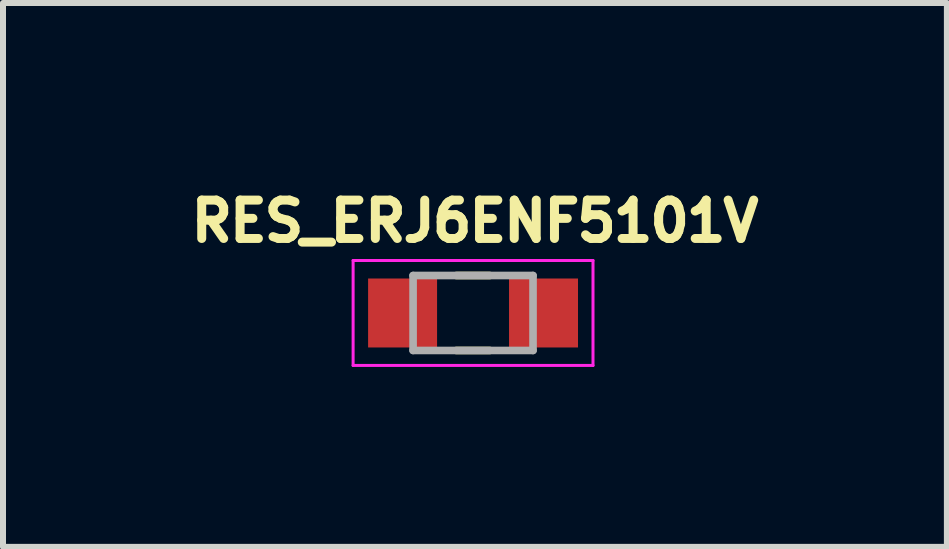
<source format=kicad_pcb>
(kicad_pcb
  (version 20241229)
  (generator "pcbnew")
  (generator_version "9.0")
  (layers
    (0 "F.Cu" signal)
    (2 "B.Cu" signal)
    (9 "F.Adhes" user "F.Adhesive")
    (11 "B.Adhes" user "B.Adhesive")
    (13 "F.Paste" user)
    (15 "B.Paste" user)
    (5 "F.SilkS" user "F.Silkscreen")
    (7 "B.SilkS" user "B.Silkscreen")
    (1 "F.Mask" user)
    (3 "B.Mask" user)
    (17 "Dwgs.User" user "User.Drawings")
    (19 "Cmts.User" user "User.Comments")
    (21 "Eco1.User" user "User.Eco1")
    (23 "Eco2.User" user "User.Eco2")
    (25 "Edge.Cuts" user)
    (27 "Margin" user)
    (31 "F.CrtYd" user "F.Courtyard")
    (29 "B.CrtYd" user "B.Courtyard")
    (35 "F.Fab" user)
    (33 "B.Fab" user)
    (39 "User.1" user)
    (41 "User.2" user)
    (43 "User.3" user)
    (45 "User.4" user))
  (footprint "RES_ERJ6ENF5101V"
    (layer "F.Cu")
    (at 4.838 2.169)
    (property "Reference" "RES_ERJ6ENF5101V" (at 0.032 -1.531 0) (layer "F.SilkS") (effects (font (size 0.64 0.64) (thickness 0.15))))
    (attr smd)
    (fp_line (start -0.28 -0.625) (end 0.28 -0.625) (stroke (width 0.127) (type solid)) (layer "F.SilkS"))
    (fp_line (start -0.28 0.625) (end 0.28 0.625) (stroke (width 0.127) (type solid)) (layer "F.SilkS"))
    (fp_line (start -2 -0.875) (end -2 0.875) (stroke (width 0.05) (type solid)) (layer "F.CrtYd"))
    (fp_line (start -2 0.875) (end 2 0.875) (stroke (width 0.05) (type solid)) (layer "F.CrtYd"))
    (fp_line (start 2 -0.875) (end -2 -0.875) (stroke (width 0.05) (type solid)) (layer "F.CrtYd"))
    (fp_line (start 2 0.875) (end 2 -0.875) (stroke (width 0.05) (type solid)) (layer "F.CrtYd"))
    (fp_line (start -1 -0.625) (end -1 0.625) (stroke (width 0.127) (type solid)) (layer "F.Fab"))
    (fp_line (start -1 -0.625) (end 1 -0.625) (stroke (width 0.127) (type solid)) (layer "F.Fab"))
    (fp_line (start -1 0.625) (end 1 0.625) (stroke (width 0.127) (type solid)) (layer "F.Fab"))
    (fp_line (start 1 -0.625) (end 1 0.625) (stroke (width 0.127) (type solid)) (layer "F.Fab"))
    (pad "1" smd rect (at -1.175 0) (size 1.15 1.15) (layers "F.Cu" "F.Mask" "F.Paste"))
    (pad "2" smd rect (at 1.175 0) (size 1.15 1.15) (layers "F.Cu" "F.Mask" "F.Paste")))
  (gr_rect
    (start -3 -3)
    (end 12.739 6.069)
    (stroke (width 0.1) (type default))
    (fill no)
    (layer "Edge.Cuts")))
</source>
